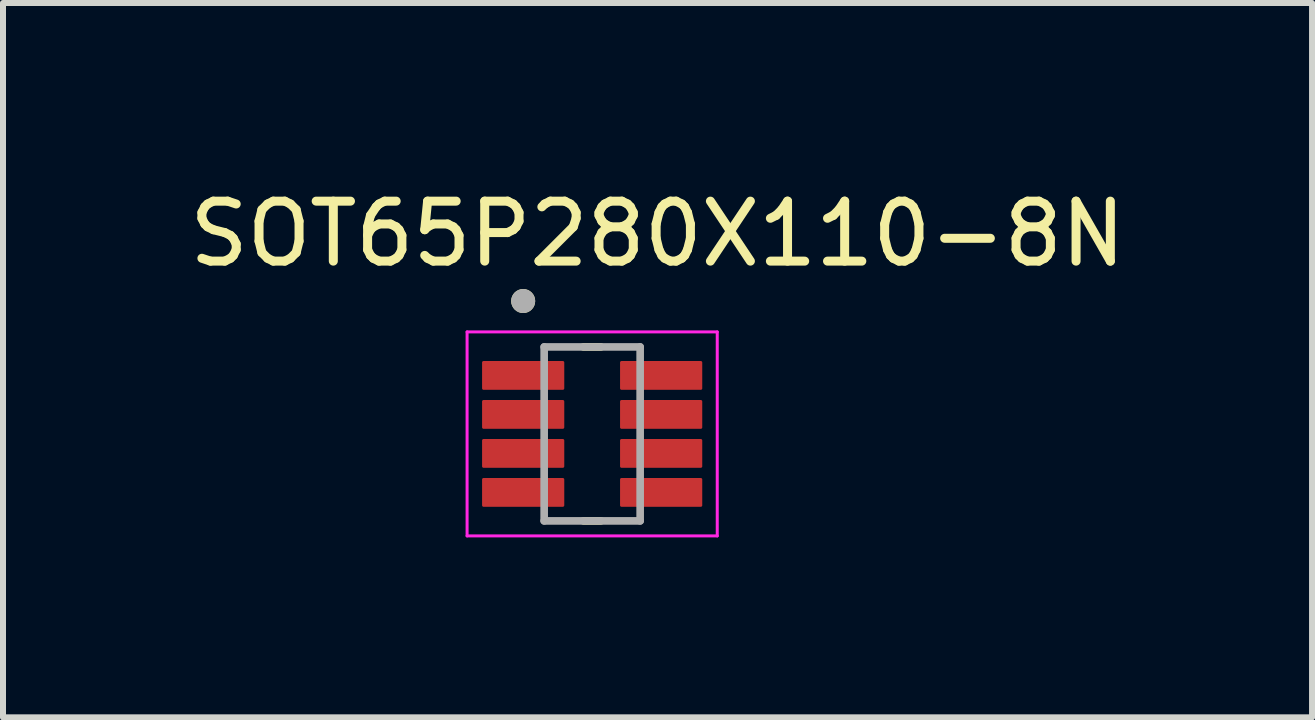
<source format=kicad_pcb>
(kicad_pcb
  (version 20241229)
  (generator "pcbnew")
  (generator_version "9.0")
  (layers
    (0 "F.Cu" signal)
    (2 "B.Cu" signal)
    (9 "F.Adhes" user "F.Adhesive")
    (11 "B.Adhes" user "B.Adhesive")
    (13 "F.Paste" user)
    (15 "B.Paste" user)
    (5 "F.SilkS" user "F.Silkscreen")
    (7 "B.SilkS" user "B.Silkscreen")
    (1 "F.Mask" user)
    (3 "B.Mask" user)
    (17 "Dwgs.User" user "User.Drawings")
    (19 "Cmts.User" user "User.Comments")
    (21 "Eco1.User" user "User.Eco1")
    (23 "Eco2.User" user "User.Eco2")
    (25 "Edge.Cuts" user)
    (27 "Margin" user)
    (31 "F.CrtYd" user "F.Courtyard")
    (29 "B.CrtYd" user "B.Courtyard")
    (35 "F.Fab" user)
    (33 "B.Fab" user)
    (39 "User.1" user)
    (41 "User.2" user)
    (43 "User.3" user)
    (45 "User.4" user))
  (footprint "SOT65P280X110-8N"
    (layer "F.Cu")
    (at 6.821 4.183)
    (property "Reference" "SOT65P280X110-8N" (at 1.09 -3.335 0) (layer "F.SilkS") (effects (font (size 1 1) (thickness 0.15))))
    (attr smd)
    (fp_line (start -0.145 -1.45) (end 0.145 -1.45) (stroke (width 0.127) (type solid)) (layer "F.SilkS"))
    (fp_line (start -0.145 1.45) (end 0.145 1.45) (stroke (width 0.127) (type solid)) (layer "F.SilkS"))
    (fp_circle (center -1.15 -2.215) (end -1.05 -2.215) (stroke (width 0.2) (type solid)) (fill no) (layer "F.SilkS"))
    (fp_line (start -2.085 -1.7) (end -2.085 1.7) (stroke (width 0.05) (type solid)) (layer "F.CrtYd"))
    (fp_line (start -2.085 1.7) (end 2.085 1.7) (stroke (width 0.05) (type solid)) (layer "F.CrtYd"))
    (fp_line (start 2.085 -1.7) (end -2.085 -1.7) (stroke (width 0.05) (type solid)) (layer "F.CrtYd"))
    (fp_line (start 2.085 1.7) (end 2.085 -1.7) (stroke (width 0.05) (type solid)) (layer "F.CrtYd"))
    (fp_line (start -0.8 -1.45) (end 0.8 -1.45) (stroke (width 0.127) (type solid)) (layer "F.Fab"))
    (fp_line (start -0.8 1.45) (end -0.8 -1.45) (stroke (width 0.127) (type solid)) (layer "F.Fab"))
    (fp_line (start 0.8 -1.45) (end 0.8 1.45) (stroke (width 0.127) (type solid)) (layer "F.Fab"))
    (fp_line (start 0.8 1.45) (end -0.8 1.45) (stroke (width 0.127) (type solid)) (layer "F.Fab"))
    (fp_circle (center -1.15 -2.215) (end -1.05 -2.215) (stroke (width 0.2) (type solid)) (fill no) (layer "F.Fab"))
    (pad "1" smd roundrect (at -1.15 -0.975) (size 1.37 0.48) (layers "F.Cu" "F.Mask" "F.Paste") (roundrect_rratio 0.05))
    (pad "2" smd roundrect (at -1.15 -0.325) (size 1.37 0.48) (layers "F.Cu" "F.Mask" "F.Paste") (roundrect_rratio 0.05))
    (pad "3" smd roundrect (at -1.15 0.325) (size 1.37 0.48) (layers "F.Cu" "F.Mask" "F.Paste") (roundrect_rratio 0.05))
    (pad "4" smd roundrect (at -1.15 0.975) (size 1.37 0.48) (layers "F.Cu" "F.Mask" "F.Paste") (roundrect_rratio 0.05))
    (pad "5" smd roundrect (at 1.15 0.975) (size 1.37 0.48) (layers "F.Cu" "F.Mask" "F.Paste") (roundrect_rratio 0.05))
    (pad "6" smd roundrect (at 1.15 0.325) (size 1.37 0.48) (layers "F.Cu" "F.Mask" "F.Paste") (roundrect_rratio 0.05))
    (pad "7" smd roundrect (at 1.15 -0.325) (size 1.37 0.48) (layers "F.Cu" "F.Mask" "F.Paste") (roundrect_rratio 0.05))
    (pad "8" smd roundrect (at 1.15 -0.975) (size 1.37 0.48) (layers "F.Cu" "F.Mask" "F.Paste") (roundrect_rratio 0.05)))
  (gr_rect
    (start -3 -3)
    (end 18.821 8.908)
    (stroke (width 0.1) (type default))
    (fill no)
    (layer "Edge.Cuts")))
</source>
